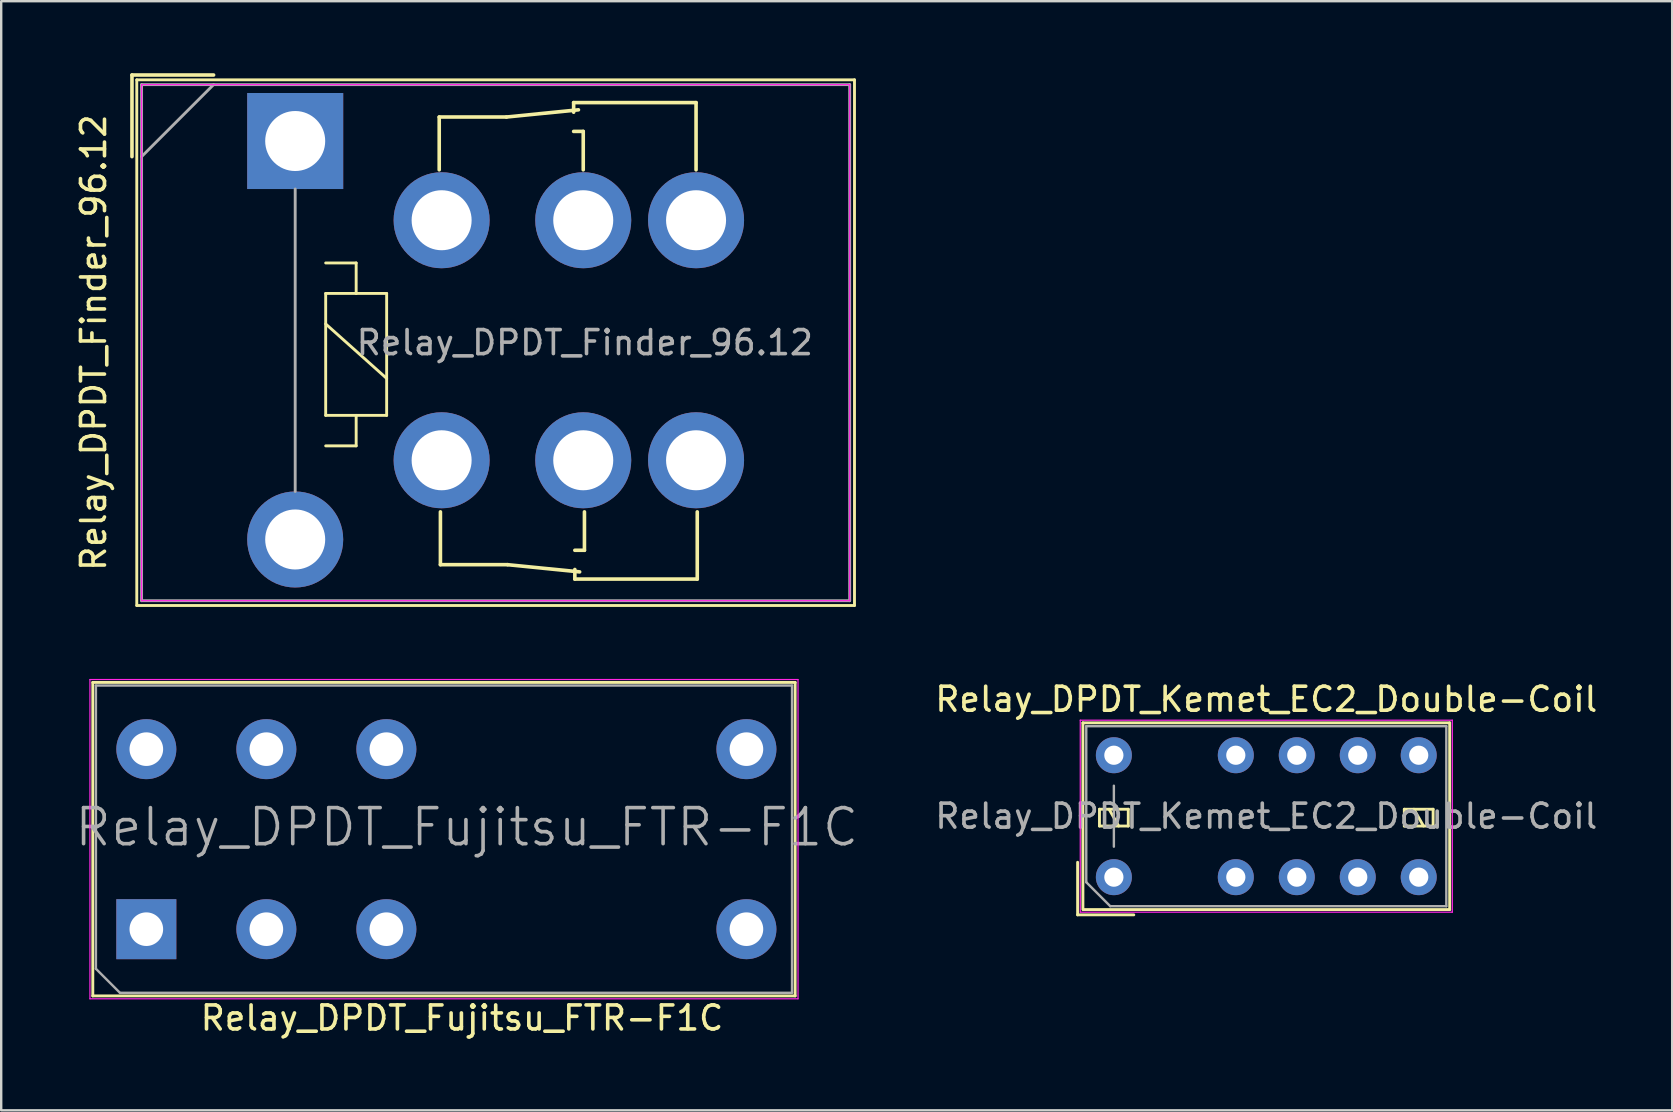
<source format=kicad_pcb>
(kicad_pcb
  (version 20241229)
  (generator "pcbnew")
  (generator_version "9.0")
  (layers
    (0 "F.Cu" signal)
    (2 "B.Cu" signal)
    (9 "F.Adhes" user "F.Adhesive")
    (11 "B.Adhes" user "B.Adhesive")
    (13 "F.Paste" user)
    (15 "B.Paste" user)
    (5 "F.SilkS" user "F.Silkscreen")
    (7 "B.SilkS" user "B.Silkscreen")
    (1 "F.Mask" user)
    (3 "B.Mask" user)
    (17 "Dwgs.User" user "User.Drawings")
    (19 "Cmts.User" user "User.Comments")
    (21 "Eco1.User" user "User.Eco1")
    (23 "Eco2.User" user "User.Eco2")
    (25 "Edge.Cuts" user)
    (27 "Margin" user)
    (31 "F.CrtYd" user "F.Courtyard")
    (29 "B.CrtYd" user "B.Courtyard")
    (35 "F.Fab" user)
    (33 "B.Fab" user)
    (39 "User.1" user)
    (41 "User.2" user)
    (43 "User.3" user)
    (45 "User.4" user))
  (footprint "Relay_DPDT_Finder_96.12"
    (layer "F.Cu")
    (at 9.248 2.825)
    (property "Reference" "Relay_DPDT_Finder_96.12" (at -8.4 8.4 90) (layer "F.SilkS") (effects (font (size 1 1) (thickness 0.15))))
    (attr through_hole)
    (fp_line (start -6.8 -2.75) (end -3.4 -2.75) (stroke (width 0.15) (type solid)) (layer "F.SilkS"))
    (fp_line (start -6.8 0.65) (end -6.8 -2.75) (stroke (width 0.15) (type solid)) (layer "F.SilkS"))
    (fp_line (start -6.6 -2.55) (end -6.6 19.35) (stroke (width 0.12) (type solid)) (layer "F.SilkS"))
    (fp_line (start -6.6 -2.55) (end 23.3 -2.55) (stroke (width 0.12) (type solid)) (layer "F.SilkS"))
    (fp_line (start -6.6 19.35) (end 23.3 19.35) (stroke (width 0.12) (type solid)) (layer "F.SilkS"))
    (fp_line (start 1.27 5.08) (end 2.54 5.08) (stroke (width 0.12) (type solid)) (layer "F.SilkS"))
    (fp_line (start 1.27 6.35) (end 2.54 6.35) (stroke (width 0.12) (type solid)) (layer "F.SilkS"))
    (fp_line (start 1.27 7.62) (end 3.81 9.89) (stroke (width 0.12) (type solid)) (layer "F.SilkS"))
    (fp_line (start 1.27 11.43) (end 1.27 6.35) (stroke (width 0.12) (type solid)) (layer "F.SilkS"))
    (fp_line (start 2.54 5.08) (end 2.54 6.35) (stroke (width 0.12) (type solid)) (layer "F.SilkS"))
    (fp_line (start 2.54 6.35) (end 3.81 6.35) (stroke (width 0.12) (type solid)) (layer "F.SilkS"))
    (fp_line (start 2.54 11.43) (end 2.54 12.7) (stroke (width 0.12) (type solid)) (layer "F.SilkS"))
    (fp_line (start 2.54 12.7) (end 1.27 12.7) (stroke (width 0.12) (type solid)) (layer "F.SilkS"))
    (fp_line (start 3.81 6.35) (end 3.81 11.43) (stroke (width 0.12) (type solid)) (layer "F.SilkS"))
    (fp_line (start 3.81 11.43) (end 1.27 11.43) (stroke (width 0.12) (type solid)) (layer "F.SilkS"))
    (fp_line (start 6 -1) (end 6 1.2) (stroke (width 0.15) (type solid)) (layer "F.SilkS"))
    (fp_line (start 6.05 17.65) (end 6.05 15.45) (stroke (width 0.15) (type solid)) (layer "F.SilkS"))
    (fp_line (start 8.8 -1) (end 6 -1) (stroke (width 0.15) (type solid)) (layer "F.SilkS"))
    (fp_line (start 8.8 -1) (end 11.8 -1.3) (stroke (width 0.15) (type solid)) (layer "F.SilkS"))
    (fp_line (start 8.85 17.65) (end 6.05 17.65) (stroke (width 0.15) (type solid)) (layer "F.SilkS"))
    (fp_line (start 8.85 17.65) (end 11.85 17.95) (stroke (width 0.15) (type solid)) (layer "F.SilkS"))
    (fp_line (start 11.6 -1.6) (end 11.6 -1.2) (stroke (width 0.15) (type solid)) (layer "F.SilkS"))
    (fp_line (start 11.65 18.25) (end 11.65 17.85) (stroke (width 0.15) (type solid)) (layer "F.SilkS"))
    (fp_line (start 12 -0.4) (end 11.6 -0.4) (stroke (width 0.15) (type solid)) (layer "F.SilkS"))
    (fp_line (start 12 1.2) (end 12 -0.4) (stroke (width 0.15) (type solid)) (layer "F.SilkS"))
    (fp_line (start 12.05 15.45) (end 12.05 17.05) (stroke (width 0.15) (type solid)) (layer "F.SilkS"))
    (fp_line (start 12.05 17.05) (end 11.65 17.05) (stroke (width 0.15) (type solid)) (layer "F.SilkS"))
    (fp_line (start 16.7 -1.6) (end 11.6 -1.6) (stroke (width 0.15) (type solid)) (layer "F.SilkS"))
    (fp_line (start 16.7 1.2) (end 16.7 -1.6) (stroke (width 0.15) (type solid)) (layer "F.SilkS"))
    (fp_line (start 16.75 15.45) (end 16.75 18.25) (stroke (width 0.15) (type solid)) (layer "F.SilkS"))
    (fp_line (start 16.75 18.25) (end 11.65 18.25) (stroke (width 0.15) (type solid)) (layer "F.SilkS"))
    (fp_line (start 23.3 -2.55) (end 23.3 19.35) (stroke (width 0.12) (type solid)) (layer "F.SilkS"))
    (fp_line (start -6.4 -2.35) (end -6.4 19.15) (stroke (width 0.05) (type solid)) (layer "F.CrtYd"))
    (fp_line (start -6.4 -2.35) (end 23.1 -2.35) (stroke (width 0.05) (type solid)) (layer "F.CrtYd"))
    (fp_line (start -6.4 19.15) (end 23.1 19.15) (stroke (width 0.05) (type solid)) (layer "F.CrtYd"))
    (fp_line (start 23.1 -2.35) (end 23.1 19.15) (stroke (width 0.05) (type solid)) (layer "F.CrtYd"))
    (fp_line (start -6.4 -2.35) (end -6.4 19.15) (stroke (width 0.12) (type solid)) (layer "F.Fab"))
    (fp_line (start -6.4 -2.35) (end 23.1 -2.35) (stroke (width 0.12) (type solid)) (layer "F.Fab"))
    (fp_line (start -6.4 0.65) (end -3.4 -2.35) (stroke (width 0.12) (type solid)) (layer "F.Fab"))
    (fp_line (start 0 2) (end 0 14.6) (stroke (width 0.12) (type solid)) (layer "F.Fab"))
    (fp_line (start 23.1 -2.35) (end 23.1 19.15) (stroke (width 0.12) (type solid)) (layer "F.Fab"))
    (fp_line (start 23.1 19.15) (end -6.4 19.15) (stroke (width 0.12) (type solid)) (layer "F.Fab"))
    (fp_text user "${REFERENCE}" (at 12.065 8.4 0) (layer "F.Fab") (effects (font (size 1 1) (thickness 0.15))))
    (pad "11" thru_hole circle (at 6.1 3.3) (size 4 4) (drill 2.5) (layers "*.Cu" "*.Mask"))
    (pad "12" thru_hole circle (at 16.7 3.3) (size 4 4) (drill 2.5) (layers "*.Cu" "*.Mask"))
    (pad "14" thru_hole circle (at 12 3.3) (size 4 4) (drill 2.5) (layers "*.Cu" "*.Mask"))
    (pad "21" thru_hole circle (at 6.1 13.3) (size 4 4) (drill 2.5) (layers "*.Cu" "*.Mask"))
    (pad "22" thru_hole circle (at 16.7 13.3) (size 4 4) (drill 2.5) (layers "*.Cu" "*.Mask"))
    (pad "24" thru_hole circle (at 12 13.3) (size 4 4) (drill 2.5) (layers "*.Cu" "*.Mask"))
    (pad "A1" thru_hole rect (at 0 0) (size 4 4) (drill 2.5) (layers "*.Cu" "*.Mask"))
    (pad "A2" thru_hole circle (at 0 16.6) (size 4 4) (drill 2.5) (layers "*.Cu" "*.Mask")))
  (footprint "Relay_DPDT_Kemet_EC2_Double-Coil"
    (layer "F.Cu")
    (at 43.354 33.493)
    (property "Reference" "Relay_DPDT_Kemet_EC2_Double-Coil" (at 6.35 -7.41 180) (layer "F.SilkS") (effects (font (size 1 1) (thickness 0.15))))
    (attr through_hole)
    (fp_line (start -1.51 1.57) (end -1.51 -0.62) (stroke (width 0.12) (type solid)) (layer "F.SilkS"))
    (fp_line (start -1.29 -6.43) (end -1.29 1.35) (stroke (width 0.12) (type solid)) (layer "F.SilkS"))
    (fp_line (start -1.29 -6.43) (end 13.99 -6.43) (stroke (width 0.12) (type solid)) (layer "F.SilkS"))
    (fp_line (start -1.27 1.35) (end 13.99 1.35) (stroke (width 0.12) (type solid)) (layer "F.SilkS"))
    (fp_line (start -0.6 -2.83) (end -0.6 -2.13) (stroke (width 0.12) (type solid)) (layer "F.SilkS"))
    (fp_line (start -0.6 -2.13) (end 0.6 -2.13) (stroke (width 0.12) (type solid)) (layer "F.SilkS"))
    (fp_line (start 0.2 -2.13) (end -0.2 -2.83) (stroke (width 0.12) (type solid)) (layer "F.SilkS"))
    (fp_line (start 0.6 -2.83) (end -0.6 -2.83) (stroke (width 0.12) (type solid)) (layer "F.SilkS"))
    (fp_line (start 0.6 -2.13) (end 0.6 -2.83) (stroke (width 0.12) (type solid)) (layer "F.SilkS"))
    (fp_line (start 0.83 1.57) (end -1.51 1.57) (stroke (width 0.12) (type solid)) (layer "F.SilkS"))
    (fp_line (start 12.1 -2.83) (end 12.1 -2.13) (stroke (width 0.12) (type solid)) (layer "F.SilkS"))
    (fp_line (start 12.1 -2.13) (end 13.3 -2.13) (stroke (width 0.12) (type solid)) (layer "F.SilkS"))
    (fp_line (start 12.9 -2.13) (end 12.5 -2.83) (stroke (width 0.12) (type solid)) (layer "F.SilkS"))
    (fp_line (start 13.3 -2.83) (end 12.1 -2.83) (stroke (width 0.12) (type solid)) (layer "F.SilkS"))
    (fp_line (start 13.3 -2.13) (end 13.3 -2.83) (stroke (width 0.12) (type solid)) (layer "F.SilkS"))
    (fp_line (start 13.99 -6.43) (end 13.99 1.35) (stroke (width 0.12) (type solid)) (layer "F.SilkS"))
    (fp_line (start -1.4 -6.54) (end -1.4 1.46) (stroke (width 0.05) (type solid)) (layer "F.CrtYd"))
    (fp_line (start -1.4 -6.54) (end 14.1 -6.54) (stroke (width 0.05) (type solid)) (layer "F.CrtYd"))
    (fp_line (start -1.4 1.46) (end 14.1 1.46) (stroke (width 0.05) (type solid)) (layer "F.CrtYd"))
    (fp_line (start 14.1 1.46) (end 14.1 -6.54) (stroke (width 0.05) (type solid)) (layer "F.CrtYd"))
    (fp_line (start -1.15 -6.29) (end -1.15 0.21) (stroke (width 0.1) (type solid)) (layer "F.Fab"))
    (fp_line (start -1.15 -6.29) (end 13.85 -6.29) (stroke (width 0.1) (type solid)) (layer "F.Fab"))
    (fp_line (start -0.15 1.21) (end -1.15 0.21) (stroke (width 0.1) (type solid)) (layer "F.Fab"))
    (fp_line (start -0.15 1.21) (end 13.85 1.21) (stroke (width 0.1) (type solid)) (layer "F.Fab"))
    (fp_line (start 0 -1.27) (end 0 -3.81) (stroke (width 0.1) (type solid)) (layer "F.Fab"))
    (fp_line (start 13.85 -6.29) (end 13.85 1.21) (stroke (width 0.1) (type solid)) (layer "F.Fab"))
    (fp_text user "${REFERENCE}" (at 6.35 -2.54 180) (layer "F.Fab") (effects (font (size 1 1) (thickness 0.15))))
    (pad "1" thru_hole circle (at 0 0 90) (size 1.5 1.5) (drill 0.8) (layers "*.Cu" "*.Mask"))
    (pad "3" thru_hole circle (at 5.08 0 90) (size 1.5 1.5) (drill 0.8) (layers "*.Cu" "*.Mask"))
    (pad "4" thru_hole circle (at 7.62 0 90) (size 1.5 1.5) (drill 0.8) (layers "*.Cu" "*.Mask"))
    (pad "5" thru_hole circle (at 10.16 0 90) (size 1.5 1.5) (drill 0.8) (layers "*.Cu" "*.Mask"))
    (pad "6" thru_hole circle (at 12.7 0 90) (size 1.5 1.5) (drill 0.8) (layers "*.Cu" "*.Mask"))
    (pad "7" thru_hole circle (at 12.7 -5.08 90) (size 1.5 1.5) (drill 0.8) (layers "*.Cu" "*.Mask"))
    (pad "8" thru_hole circle (at 10.16 -5.08 90) (size 1.5 1.5) (drill 0.8) (layers "*.Cu" "*.Mask"))
    (pad "9" thru_hole circle (at 7.62 -5.08 90) (size 1.5 1.5) (drill 0.8) (layers "*.Cu" "*.Mask"))
    (pad "10" thru_hole circle (at 5.08 -5.08 90) (size 1.5 1.5) (drill 0.8) (layers "*.Cu" "*.Mask"))
    (pad "12" thru_hole circle (at 0 -5.08 90) (size 1.5 1.5) (drill 0.8) (layers "*.Cu" "*.Mask")))
  (footprint "Relay_DPDT_Fujitsu_FTR-F1C"
    (layer "F.Cu")
    (at 3.046 35.66)
    (property "Reference" "Relay_DPDT_Fujitsu_FTR-F1C" (at 13.15 3.7 0) (layer "F.SilkS") (effects (font (size 1 1) (thickness 0.15))))
    (attr through_hole)
    (fp_line (start -2.23 -10.28) (end 27.03 -10.28) (stroke (width 0.12) (type solid)) (layer "F.SilkS"))
    (fp_line (start -2.23 2.78) (end -2.23 -10.28) (stroke (width 0.12) (type solid)) (layer "F.SilkS"))
    (fp_line (start 27.03 -10.28) (end 27.03 2.78) (stroke (width 0.12) (type solid)) (layer "F.SilkS"))
    (fp_line (start 27.03 2.78) (end -2.23 2.78) (stroke (width 0.12) (type solid)) (layer "F.SilkS"))
    (fp_line (start -2.35 -10.4) (end 27.15 -10.4) (stroke (width 0.05) (type solid)) (layer "F.CrtYd"))
    (fp_line (start -2.35 2.9) (end -2.35 -10.4) (stroke (width 0.05) (type solid)) (layer "F.CrtYd"))
    (fp_line (start 27.15 -10.4) (end 27.15 2.9) (stroke (width 0.05) (type solid)) (layer "F.CrtYd"))
    (fp_line (start 27.15 2.9) (end -2.35 2.9) (stroke (width 0.05) (type solid)) (layer "F.CrtYd"))
    (fp_line (start -2.1 -10.15) (end 26.9 -10.15) (stroke (width 0.1) (type solid)) (layer "F.Fab"))
    (fp_line (start -2.1 1.65) (end -2.1 -10.15) (stroke (width 0.1) (type solid)) (layer "F.Fab"))
    (fp_line (start -2.1 1.65) (end -1.1 2.65) (stroke (width 0.1) (type solid)) (layer "F.Fab"))
    (fp_line (start -1.1 2.65) (end 26.9 2.65) (stroke (width 0.1) (type solid)) (layer "F.Fab"))
    (fp_line (start 26.9 2.65) (end 26.9 -10.15) (stroke (width 0.1) (type solid)) (layer "F.Fab"))
    (fp_text user "${REFERENCE}" (at 13.35 -4.25 0) (layer "F.Fab") (effects (font (size 1.5 1.5) (thickness 0.15))))
    (pad "1" thru_hole rect (at 0 0) (size 2.5 2.5) (drill 1.4) (layers "*.Cu" "*.Mask"))
    (pad "2" thru_hole circle (at 5 0) (size 2.5 2.5) (drill 1.4) (layers "*.Cu" "*.Mask"))
    (pad "3" thru_hole circle (at 10 0) (size 2.5 2.5) (drill 1.4) (layers "*.Cu" "*.Mask"))
    (pad "4" thru_hole circle (at 25 0) (size 2.5 2.5) (drill 1.4) (layers "*.Cu" "*.Mask"))
    (pad "5" thru_hole circle (at 25 -7.5) (size 2.5 2.5) (drill 1.4) (layers "*.Cu" "*.Mask"))
    (pad "6" thru_hole circle (at 10 -7.5) (size 2.5 2.5) (drill 1.4) (layers "*.Cu" "*.Mask"))
    (pad "7" thru_hole circle (at 5 -7.5) (size 2.5 2.5) (drill 1.4) (layers "*.Cu" "*.Mask"))
    (pad "8" thru_hole circle (at 0 -7.5) (size 2.5 2.5) (drill 1.4) (layers "*.Cu" "*.Mask")))
  (gr_rect
    (start -3 -3)
    (end 66.614 43.208)
    (stroke (width 0.1) (type default))
    (fill no)
    (layer "Edge.Cuts")))
</source>
